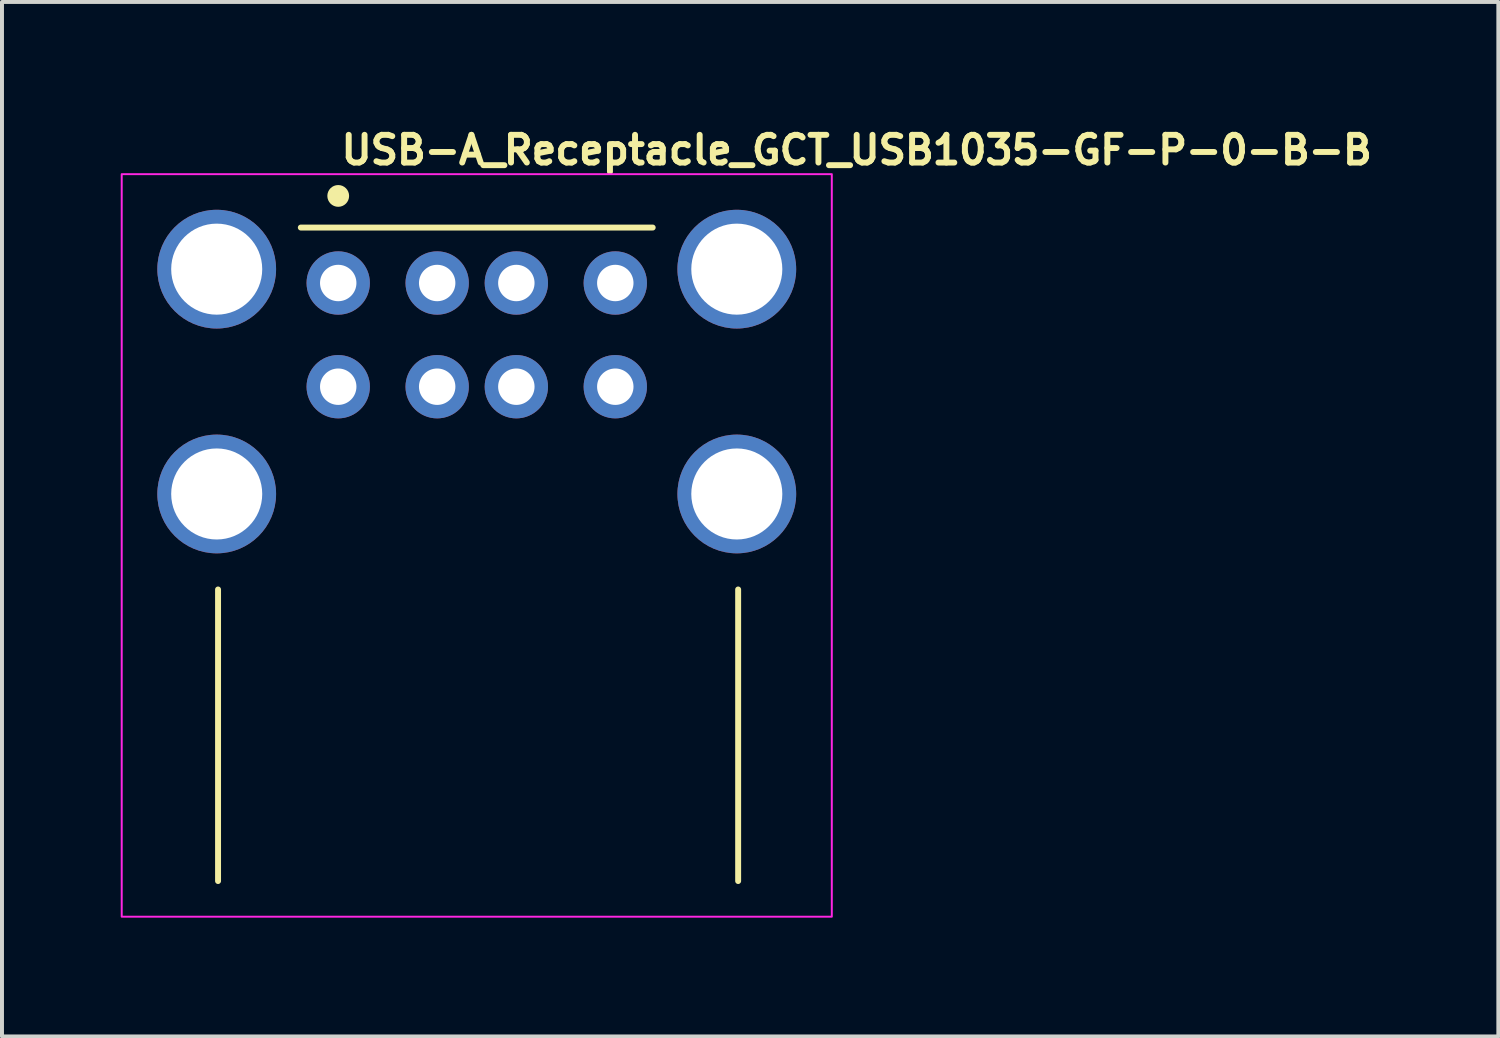
<source format=kicad_pcb>
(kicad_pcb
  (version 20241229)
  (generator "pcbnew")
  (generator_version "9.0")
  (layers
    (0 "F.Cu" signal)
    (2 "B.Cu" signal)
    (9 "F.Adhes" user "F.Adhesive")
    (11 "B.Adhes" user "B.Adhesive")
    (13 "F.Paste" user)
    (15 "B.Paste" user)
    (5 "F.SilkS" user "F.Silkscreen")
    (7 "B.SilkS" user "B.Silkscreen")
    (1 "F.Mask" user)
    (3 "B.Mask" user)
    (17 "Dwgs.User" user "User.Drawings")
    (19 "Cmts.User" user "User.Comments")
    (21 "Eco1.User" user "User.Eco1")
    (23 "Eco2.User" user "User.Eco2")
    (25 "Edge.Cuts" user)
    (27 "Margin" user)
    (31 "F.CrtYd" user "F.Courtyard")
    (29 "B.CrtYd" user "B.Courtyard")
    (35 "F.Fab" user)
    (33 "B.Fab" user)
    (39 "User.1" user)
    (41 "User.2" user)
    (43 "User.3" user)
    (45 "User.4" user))
  (footprint "USB-A_Receptacle_GCT_USB1035-GF-P-0-B-B"
    (layer "F.Cu")
    (at 5.495 4.1)
    (property "Reference" "USB-A_Receptacle_GCT_USB1035-GF-P-0-B-B" (at 0 -2.95 0) (layer "F.SilkS") (effects (font (size 0.7 0.7) (thickness 0.15)) (justify left bottom)))
    (attr through_hole)
    (fp_line (start -3.036 15.109) (end -3.036 7.743) (stroke (width 0.15) (type solid)) (layer "F.SilkS"))
    (fp_line (start -0.945 -1.401) (end 7.945 -1.401) (stroke (width 0.15) (type solid)) (layer "F.SilkS"))
    (fp_line (start 10.104 15.109) (end 10.104 7.743) (stroke (width 0.15) (type solid)) (layer "F.SilkS"))
    (fp_circle (center 0 -2.2) (end 0.2 -2.2) (stroke (width 0.15) (type solid)) (fill yes) (layer "F.SilkS"))
    (fp_rect (start -5.47 -2.75) (end 12.47 16.01) (stroke (width 0.05) (type solid)) (fill no) (layer "F.CrtYd"))
    (fp_rect (start -4.365 -1.39) (end 11.365 15.61) (stroke (width 0.1) (type solid)) (fill no) (layer "User.5"))
    (fp_line (start -4.365 -1.106) (end -4.365 0.416) (stroke (width 0.02) (type solid)) (layer "User.9"))
    (fp_line (start -4.365 0.416) (end -4.362 0.424) (stroke (width 0.02) (type solid)) (layer "User.9"))
    (fp_line (start -4.365 4.574) (end -4.365 6.096) (stroke (width 0.02) (type solid)) (layer "User.9"))
    (fp_line (start -4.365 6.096) (end -4.362 6.104) (stroke (width 0.02) (type solid)) (layer "User.9"))
    (fp_line (start -4.362 -1.114) (end -4.365 -1.106) (stroke (width 0.02) (type solid)) (layer "User.9"))
    (fp_line (start -4.362 0.424) (end -4.355 0.432) (stroke (width 0.02) (type solid)) (layer "User.9"))
    (fp_line (start -4.362 4.566) (end -4.365 4.574) (stroke (width 0.02) (type solid)) (layer "User.9"))
    (fp_line (start -4.362 6.104) (end -4.355 6.112) (stroke (width 0.02) (type solid)) (layer "User.9"))
    (fp_line (start -4.355 -1.122) (end -4.362 -1.114) (stroke (width 0.02) (type solid)) (layer "User.9"))
    (fp_line (start -4.355 0.432) (end -4.342 0.44) (stroke (width 0.02) (type solid)) (layer "User.9"))
    (fp_line (start -4.355 4.558) (end -4.362 4.566) (stroke (width 0.02) (type solid)) (layer "User.9"))
    (fp_line (start -4.355 6.112) (end -4.342 6.12) (stroke (width 0.02) (type solid)) (layer "User.9"))
    (fp_line (start -4.342 -1.13) (end -4.355 -1.122) (stroke (width 0.02) (type solid)) (layer "User.9"))
    (fp_line (start -4.342 0.44) (end -4.324 0.448) (stroke (width 0.02) (type solid)) (layer "User.9"))
    (fp_line (start -4.342 4.55) (end -4.355 4.558) (stroke (width 0.02) (type solid)) (layer "User.9"))
    (fp_line (start -4.342 6.12) (end -4.324 6.128) (stroke (width 0.02) (type solid)) (layer "User.9"))
    (fp_line (start -4.324 -1.138) (end -4.342 -1.13) (stroke (width 0.02) (type solid)) (layer "User.9"))
    (fp_line (start -4.324 0.448) (end -4.273 0.464) (stroke (width 0.02) (type solid)) (layer "User.9"))
    (fp_line (start -4.324 4.542) (end -4.342 4.55) (stroke (width 0.02) (type solid)) (layer "User.9"))
    (fp_line (start -4.324 6.128) (end -4.273 6.144) (stroke (width 0.02) (type solid)) (layer "User.9"))
    (fp_line (start -4.273 -1.154) (end -4.324 -1.138) (stroke (width 0.02) (type solid)) (layer "User.9"))
    (fp_line (start -4.273 0.464) (end -4.205 0.478) (stroke (width 0.02) (type solid)) (layer "User.9"))
    (fp_line (start -4.273 4.526) (end -4.324 4.542) (stroke (width 0.02) (type solid)) (layer "User.9"))
    (fp_line (start -4.273 6.144) (end -4.205 6.158) (stroke (width 0.02) (type solid)) (layer "User.9"))
    (fp_line (start -4.205 -1.168) (end -4.273 -1.154) (stroke (width 0.02) (type solid)) (layer "User.9"))
    (fp_line (start -4.205 -1.168) (end -4.205 0.478) (stroke (width 0.02) (type solid)) (layer "User.9"))
    (fp_line (start -4.205 0.478) (end -3.086 0.674) (stroke (width 0.02) (type solid)) (layer "User.9"))
    (fp_line (start -4.205 4.512) (end -4.273 4.526) (stroke (width 0.02) (type solid)) (layer "User.9"))
    (fp_line (start -4.205 4.512) (end -4.205 6.158) (stroke (width 0.02) (type solid)) (layer "User.9"))
    (fp_line (start -4.205 6.158) (end -3.086 6.354) (stroke (width 0.02) (type solid)) (layer "User.9"))
    (fp_line (start -4 15.31) (end -3.998 15.31) (stroke (width 0.02) (type solid)) (layer "User.9"))
    (fp_line (start -4 15.61) (end -4 15.31) (stroke (width 0.02) (type solid)) (layer "User.9"))
    (fp_line (start -3.998 15.31) (end -3.991 15.31) (stroke (width 0.02) (type solid)) (layer "User.9"))
    (fp_line (start -3.998 15.61) (end -4 15.61) (stroke (width 0.02) (type solid)) (layer "User.9"))
    (fp_line (start -3.991 15.31) (end -3.98 15.31) (stroke (width 0.02) (type solid)) (layer "User.9"))
    (fp_line (start -3.991 15.61) (end -3.998 15.61) (stroke (width 0.02) (type solid)) (layer "User.9"))
    (fp_line (start -3.98 15.31) (end -3.965 15.31) (stroke (width 0.02) (type solid)) (layer "User.9"))
    (fp_line (start -3.98 15.61) (end -3.991 15.61) (stroke (width 0.02) (type solid)) (layer "User.9"))
    (fp_line (start -3.965 15.31) (end -3.946 15.31) (stroke (width 0.02) (type solid)) (layer "User.9"))
    (fp_line (start -3.965 15.61) (end -3.98 15.61) (stroke (width 0.02) (type solid)) (layer "User.9"))
    (fp_line (start -3.946 15.31) (end -3.924 15.31) (stroke (width 0.02) (type solid)) (layer "User.9"))
    (fp_line (start -3.946 15.61) (end -3.965 15.61) (stroke (width 0.02) (type solid)) (layer "User.9"))
    (fp_line (start -3.924 15.31) (end -3.897 15.31) (stroke (width 0.02) (type solid)) (layer "User.9"))
    (fp_line (start -3.924 15.61) (end -3.946 15.61) (stroke (width 0.02) (type solid)) (layer "User.9"))
    (fp_line (start -3.897 15.31) (end -3.868 15.31) (stroke (width 0.02) (type solid)) (layer "User.9"))
    (fp_line (start -3.897 15.61) (end -3.924 15.61) (stroke (width 0.02) (type solid)) (layer "User.9"))
    (fp_line (start -3.868 15.31) (end -3.836 15.31) (stroke (width 0.02) (type solid)) (layer "User.9"))
    (fp_line (start -3.868 15.61) (end -3.897 15.61) (stroke (width 0.02) (type solid)) (layer "User.9"))
    (fp_line (start -3.836 15.31) (end -3.802 15.31) (stroke (width 0.02) (type solid)) (layer "User.9"))
    (fp_line (start -3.836 15.61) (end -3.868 15.61) (stroke (width 0.02) (type solid)) (layer "User.9"))
    (fp_line (start -3.802 15.31) (end -3.766 15.31) (stroke (width 0.02) (type solid)) (layer "User.9"))
    (fp_line (start -3.802 15.61) (end -3.836 15.61) (stroke (width 0.02) (type solid)) (layer "User.9"))
    (fp_line (start -3.766 15.31) (end -3.728 15.31) (stroke (width 0.02) (type solid)) (layer "User.9"))
    (fp_line (start -3.766 15.61) (end -3.802 15.61) (stroke (width 0.02) (type solid)) (layer "User.9"))
    (fp_line (start -3.728 15.31) (end -3.689 15.31) (stroke (width 0.02) (type solid)) (layer "User.9"))
    (fp_line (start -3.728 15.61) (end -3.766 15.61) (stroke (width 0.02) (type solid)) (layer "User.9"))
    (fp_line (start -3.689 15.31) (end -3.65 15.31) (stroke (width 0.02) (type solid)) (layer "User.9"))
    (fp_line (start -3.689 15.61) (end -3.728 15.61) (stroke (width 0.02) (type solid)) (layer "User.9"))
    (fp_line (start -3.65 15.31) (end -3.65 15.61) (stroke (width 0.02) (type solid)) (layer "User.9"))
    (fp_line (start -3.65 15.31) (end -3.25 15.31) (stroke (width 0.02) (type solid)) (layer "User.9"))
    (fp_line (start -3.65 15.61) (end -3.689 15.61) (stroke (width 0.02) (type solid)) (layer "User.9"))
    (fp_line (start -3.65 15.61) (end -3.25 15.61) (stroke (width 0.02) (type solid)) (layer "User.9"))
    (fp_line (start -3.354 -0.715) (end -3.354 -0.19) (stroke (width 0.02) (type solid)) (layer "User.9"))
    (fp_line (start -3.354 -0.19) (end -3.054 -0.19) (stroke (width 0.02) (type solid)) (layer "User.9"))
    (fp_line (start -3.351 -0.782) (end -3.354 -0.715) (stroke (width 0.02) (type solid)) (layer "User.9"))
    (fp_line (start -3.341 -0.848) (end -3.351 -0.782) (stroke (width 0.02) (type solid)) (layer "User.9"))
    (fp_line (start -3.325 -0.912) (end -3.341 -0.848) (stroke (width 0.02) (type solid)) (layer "User.9"))
    (fp_line (start -3.302 -0.975) (end -3.325 -0.912) (stroke (width 0.02) (type solid)) (layer "User.9"))
    (fp_line (start -3.273 -1.035) (end -3.302 -0.975) (stroke (width 0.02) (type solid)) (layer "User.9"))
    (fp_line (start -3.239 -1.093) (end -3.273 -1.035) (stroke (width 0.02) (type solid)) (layer "User.9"))
    (fp_line (start -3.211 15.306) (end -3.25 15.31) (stroke (width 0.02) (type solid)) (layer "User.9"))
    (fp_line (start -3.199 -1.146) (end -3.239 -1.093) (stroke (width 0.02) (type solid)) (layer "User.9"))
    (fp_line (start -3.19 15.606) (end -3.25 15.61) (stroke (width 0.02) (type solid)) (layer "User.9"))
    (fp_line (start -3.173 15.295) (end -3.211 15.306) (stroke (width 0.02) (type solid)) (layer "User.9"))
    (fp_line (start -3.154 -1.195) (end -3.199 -1.146) (stroke (width 0.02) (type solid)) (layer "User.9"))
    (fp_line (start -3.139 15.276) (end -3.173 15.295) (stroke (width 0.02) (type solid)) (layer "User.9"))
    (fp_line (start -3.13 15.595) (end -3.19 15.606) (stroke (width 0.02) (type solid)) (layer "User.9"))
    (fp_line (start -3.109 15.251) (end -3.139 15.276) (stroke (width 0.02) (type solid)) (layer "User.9"))
    (fp_line (start -3.104 -1.24) (end -3.154 -1.195) (stroke (width 0.02) (type solid)) (layer "User.9"))
    (fp_line (start -3.086 -1.364) (end -3.086 -1.253) (stroke (width 0.02) (type solid)) (layer "User.9"))
    (fp_line (start -3.086 -0.19) (end -3.086 0.674) (stroke (width 0.02) (type solid)) (layer "User.9"))
    (fp_line (start -3.086 0.674) (end -3.059 0.681) (stroke (width 0.02) (type solid)) (layer "User.9"))
    (fp_line (start -3.086 4.316) (end -3.086 6.354) (stroke (width 0.02) (type solid)) (layer "User.9"))
    (fp_line (start -3.086 6.354) (end -3.059 6.361) (stroke (width 0.02) (type solid)) (layer "User.9"))
    (fp_line (start -3.084 15.221) (end -3.109 15.251) (stroke (width 0.02) (type solid)) (layer "User.9"))
    (fp_line (start -3.073 15.578) (end -3.13 15.595) (stroke (width 0.02) (type solid)) (layer "User.9"))
    (fp_line (start -3.065 15.187) (end -3.084 15.221) (stroke (width 0.02) (type solid)) (layer "User.9"))
    (fp_line (start -3.059 -1.371) (end -3.086 -1.364) (stroke (width 0.02) (type solid)) (layer "User.9"))
    (fp_line (start -3.059 0.681) (end -3.052 0.685) (stroke (width 0.02) (type solid)) (layer "User.9"))
    (fp_line (start -3.059 4.309) (end -3.086 4.316) (stroke (width 0.02) (type solid)) (layer "User.9"))
    (fp_line (start -3.059 6.361) (end -3.052 6.365) (stroke (width 0.02) (type solid)) (layer "User.9"))
    (fp_line (start -3.055 -1.37) (end -4.205 -1.168) (stroke (width 0.02) (type solid)) (layer "User.9"))
    (fp_line (start -3.055 4.31) (end -4.205 4.512) (stroke (width 0.02) (type solid)) (layer "User.9"))
    (fp_line (start -3.054 -0.715) (end -3.054 -0.19) (stroke (width 0.02) (type solid)) (layer "User.9"))
    (fp_line (start -3.054 15.149) (end -3.065 15.187) (stroke (width 0.02) (type solid)) (layer "User.9"))
    (fp_line (start -3.053 -0.743) (end -3.054 -0.715) (stroke (width 0.02) (type solid)) (layer "User.9"))
    (fp_line (start -3.052 -1.375) (end -3.059 -1.371) (stroke (width 0.02) (type solid)) (layer "User.9"))
    (fp_line (start -3.052 0.685) (end -3.05 0.688) (stroke (width 0.02) (type solid)) (layer "User.9"))
    (fp_line (start -3.052 4.305) (end -3.059 4.309) (stroke (width 0.02) (type solid)) (layer "User.9"))
    (fp_line (start -3.052 6.365) (end -3.05 6.368) (stroke (width 0.02) (type solid)) (layer "User.9"))
    (fp_line (start -3.05 -1.39) (end -3.05 -0.99) (stroke (width 0.02) (type solid)) (layer "User.9"))
    (fp_line (start -3.05 -1.378) (end -3.055 -1.37) (stroke (width 0.02) (type solid)) (layer "User.9"))
    (fp_line (start -3.05 -1.279) (end -3.086 -1.253) (stroke (width 0.02) (type solid)) (layer "User.9"))
    (fp_line (start -3.05 -0.99) (end -3.047 -0.99) (stroke (width 0.02) (type solid)) (layer "User.9"))
    (fp_line (start -3.05 -0.772) (end -3.053 -0.743) (stroke (width 0.02) (type solid)) (layer "User.9"))
    (fp_line (start -3.05 -0.772) (end -3.05 15.11) (stroke (width 0.02) (type solid)) (layer "User.9"))
    (fp_line (start -3.05 0.688) (end -3.086 0.674) (stroke (width 0.02) (type solid)) (layer "User.9"))
    (fp_line (start -3.05 4.302) (end -3.055 4.31) (stroke (width 0.02) (type solid)) (layer "User.9"))
    (fp_line (start -3.05 6.368) (end -3.086 6.354) (stroke (width 0.02) (type solid)) (layer "User.9"))
    (fp_line (start -3.05 15.11) (end -3.054 15.149) (stroke (width 0.02) (type solid)) (layer "User.9"))
    (fp_line (start -3.05 15.11) (end -2.65 15.31) (stroke (width 0.02) (type solid)) (layer "User.9"))
    (fp_line (start -3.047 -0.99) (end -3.04 -0.99) (stroke (width 0.02) (type solid)) (layer "User.9"))
    (fp_line (start -3.047 15.11) (end -3.05 15.11) (stroke (width 0.02) (type solid)) (layer "User.9"))
    (fp_line (start -3.04 -0.99) (end -3.028 -0.99) (stroke (width 0.02) (type solid)) (layer "User.9"))
    (fp_line (start -3.04 15.11) (end -3.047 15.11) (stroke (width 0.02) (type solid)) (layer "User.9"))
    (fp_line (start -3.028 -0.99) (end -3.01 -0.99) (stroke (width 0.02) (type solid)) (layer "User.9"))
    (fp_line (start -3.028 15.11) (end -3.04 15.11) (stroke (width 0.02) (type solid)) (layer "User.9"))
    (fp_line (start -3.018 15.553) (end -3.073 15.578) (stroke (width 0.02) (type solid)) (layer "User.9"))
    (fp_line (start -3.01 -0.99) (end -2.989 -0.99) (stroke (width 0.02) (type solid)) (layer "User.9"))
    (fp_line (start -3.01 15.11) (end -3.028 15.11) (stroke (width 0.02) (type solid)) (layer "User.9"))
    (fp_line (start -2.989 -0.99) (end -2.963 -0.99) (stroke (width 0.02) (type solid)) (layer "User.9"))
    (fp_line (start -2.989 15.11) (end -3.01 15.11) (stroke (width 0.02) (type solid)) (layer "User.9"))
    (fp_line (start -2.966 15.521) (end -3.018 15.553) (stroke (width 0.02) (type solid)) (layer "User.9"))
    (fp_line (start -2.963 -0.99) (end -2.933 -0.99) (stroke (width 0.02) (type solid)) (layer "User.9"))
    (fp_line (start -2.963 15.11) (end -2.989 15.11) (stroke (width 0.02) (type solid)) (layer "User.9"))
    (fp_line (start -2.933 -0.99) (end -2.899 -0.99) (stroke (width 0.02) (type solid)) (layer "User.9"))
    (fp_line (start -2.933 15.11) (end -2.963 15.11) (stroke (width 0.02) (type solid)) (layer "User.9"))
    (fp_line (start -2.918 15.484) (end -2.966 15.521) (stroke (width 0.02) (type solid)) (layer "User.9"))
    (fp_line (start -2.899 -0.99) (end -2.863 -0.99) (stroke (width 0.02) (type solid)) (layer "User.9"))
    (fp_line (start -2.899 15.11) (end -2.933 15.11) (stroke (width 0.02) (type solid)) (layer "User.9"))
    (fp_line (start -2.876 15.442) (end -2.918 15.484) (stroke (width 0.02) (type solid)) (layer "User.9"))
    (fp_line (start -2.863 -0.99) (end -2.824 -0.99) (stroke (width 0.02) (type solid)) (layer "User.9"))
    (fp_line (start -2.863 15.11) (end -2.899 15.11) (stroke (width 0.02) (type solid)) (layer "User.9"))
    (fp_line (start -2.839 15.394) (end -2.876 15.442) (stroke (width 0.02) (type solid)) (layer "User.9"))
    (fp_line (start -2.824 -0.99) (end -2.782 -0.99) (stroke (width 0.02) (type solid)) (layer "User.9"))
    (fp_line (start -2.824 15.11) (end -2.863 15.11) (stroke (width 0.02) (type solid)) (layer "User.9"))
    (fp_line (start -2.807 15.342) (end -2.839 15.394) (stroke (width 0.02) (type solid)) (layer "User.9"))
    (fp_line (start -2.782 -0.99) (end -2.739 -0.99) (stroke (width 0.02) (type solid)) (layer "User.9"))
    (fp_line (start -2.782 15.11) (end -2.824 15.11) (stroke (width 0.02) (type solid)) (layer "User.9"))
    (fp_line (start -2.782 15.287) (end -2.807 15.342) (stroke (width 0.02) (type solid)) (layer "User.9"))
    (fp_line (start -2.765 15.23) (end -2.782 15.287) (stroke (width 0.02) (type solid)) (layer "User.9"))
    (fp_line (start -2.754 15.17) (end -2.765 15.23) (stroke (width 0.02) (type solid)) (layer "User.9"))
    (fp_line (start -2.75 -1.39) (end -3.05 -1.39) (stroke (width 0.02) (type solid)) (layer "User.9"))
    (fp_line (start -2.75 -1.39) (end -2.75 -0.99) (stroke (width 0.02) (type solid)) (layer "User.9"))
    (fp_line (start -2.75 -1.083) (end -2.75 -1.386) (stroke (width 0.02) (type solid)) (layer "User.9"))
    (fp_line (start -2.75 -0.99) (end -2.65 -0.99) (stroke (width 0.02) (type solid)) (layer "User.9"))
    (fp_line (start -2.75 15.11) (end -2.754 15.17) (stroke (width 0.02) (type solid)) (layer "User.9"))
    (fp_line (start -2.75 15.11) (end -2.75 15.157) (stroke (width 0.02) (type solid)) (layer "User.9"))
    (fp_line (start -2.75 15.157) (end -2.75 15.202) (stroke (width 0.02) (type solid)) (layer "User.9"))
    (fp_line (start -2.75 15.202) (end -2.75 15.244) (stroke (width 0.02) (type solid)) (layer "User.9"))
    (fp_line (start -2.75 15.244) (end -2.75 15.284) (stroke (width 0.02) (type solid)) (layer "User.9"))
    (fp_line (start -2.75 15.284) (end -2.75 15.321) (stroke (width 0.02) (type solid)) (layer "User.9"))
    (fp_line (start -2.75 15.321) (end -2.75 15.355) (stroke (width 0.02) (type solid)) (layer "User.9"))
    (fp_line (start -2.75 15.355) (end -2.75 15.386) (stroke (width 0.02) (type solid)) (layer "User.9"))
    (fp_line (start -2.75 15.386) (end -2.75 15.413) (stroke (width 0.02) (type solid)) (layer "User.9"))
    (fp_line (start -2.75 15.413) (end -2.75 15.436) (stroke (width 0.02) (type solid)) (layer "User.9"))
    (fp_line (start -2.75 15.436) (end -2.75 15.455) (stroke (width 0.02) (type solid)) (layer "User.9"))
    (fp_line (start -2.75 15.455) (end -2.75 15.47) (stroke (width 0.02) (type solid)) (layer "User.9"))
    (fp_line (start -2.75 15.47) (end -2.75 15.481) (stroke (width 0.02) (type solid)) (layer "User.9"))
    (fp_line (start -2.75 15.481) (end -2.75 15.488) (stroke (width 0.02) (type solid)) (layer "User.9"))
    (fp_line (start -2.75 15.488) (end -2.75 15.49) (stroke (width 0.02) (type solid)) (layer "User.9"))
    (fp_line (start -2.739 -0.99) (end -2.679 -0.99) (stroke (width 0.02) (type solid)) (layer "User.9"))
    (fp_line (start -2.739 15.11) (end -2.782 15.11) (stroke (width 0.02) (type solid)) (layer "User.9"))
    (fp_line (start -2.715 -1.088) (end -2.75 -1.083) (stroke (width 0.02) (type solid)) (layer "User.9"))
    (fp_line (start -2.695 15.11) (end -2.739 15.11) (stroke (width 0.02) (type solid)) (layer "User.9"))
    (fp_line (start -2.679 -1.39) (end -2.75 -1.386) (stroke (width 0.02) (type solid)) (layer "User.9"))
    (fp_line (start -2.679 -1.387) (end -2.679 -1.39) (stroke (width 0.02) (type solid)) (layer "User.9"))
    (fp_line (start -2.679 -1.38) (end -2.679 -1.387) (stroke (width 0.02) (type solid)) (layer "User.9"))
    (fp_line (start -2.679 -1.368) (end -2.679 -1.38) (stroke (width 0.02) (type solid)) (layer "User.9"))
    (fp_line (start -2.679 -1.35) (end -2.679 -1.368) (stroke (width 0.02) (type solid)) (layer "User.9"))
    (fp_line (start -2.679 -1.329) (end -2.679 -1.35) (stroke (width 0.02) (type solid)) (layer "User.9"))
    (fp_line (start -2.679 -1.303) (end -2.679 -1.329) (stroke (width 0.02) (type solid)) (layer "User.9"))
    (fp_line (start -2.679 -1.273) (end -2.679 -1.303) (stroke (width 0.02) (type solid)) (layer "User.9"))
    (fp_line (start -2.679 -1.239) (end -2.679 -1.273) (stroke (width 0.02) (type solid)) (layer "User.9"))
    (fp_line (start -2.679 -1.203) (end -2.679 -1.239) (stroke (width 0.02) (type solid)) (layer "User.9"))
    (fp_line (start -2.679 -1.164) (end -2.679 -1.203) (stroke (width 0.02) (type solid)) (layer "User.9"))
    (fp_line (start -2.679 -1.122) (end -2.679 -1.164) (stroke (width 0.02) (type solid)) (layer "User.9"))
    (fp_line (start -2.679 -1.079) (end -2.679 -1.122) (stroke (width 0.02) (type solid)) (layer "User.9"))
    (fp_line (start -2.679 -1.035) (end -2.679 -1.079) (stroke (width 0.02) (type solid)) (layer "User.9"))
    (fp_line (start -2.679 -0.99) (end -2.679 -1.035) (stroke (width 0.02) (type solid)) (layer "User.9"))
    (fp_line (start -2.65 -1.091) (end -2.715 -1.088) (stroke (width 0.02) (type solid)) (layer "User.9"))
    (fp_line (start -2.65 15.11) (end -2.695 15.11) (stroke (width 0.02) (type solid)) (layer "User.9"))
    (fp_line (start -2.65 15.11) (end -2.65 -1.091) (stroke (width 0.02) (type solid)) (layer "User.9"))
    (fp_line (start -2.65 15.132) (end -2.65 15.11) (stroke (width 0.02) (type solid)) (layer "User.9"))
    (fp_line (start -2.65 15.155) (end -2.65 15.132) (stroke (width 0.02) (type solid)) (layer "User.9"))
    (fp_line (start -2.65 15.176) (end -2.65 15.155) (stroke (width 0.02) (type solid)) (layer "User.9"))
    (fp_line (start -2.65 15.197) (end -2.65 15.176) (stroke (width 0.02) (type solid)) (layer "User.9"))
    (fp_line (start -2.65 15.216) (end -2.65 15.197) (stroke (width 0.02) (type solid)) (layer "User.9"))
    (fp_line (start -2.65 15.235) (end -2.65 15.216) (stroke (width 0.02) (type solid)) (layer "User.9"))
    (fp_line (start -2.65 15.251) (end -2.65 15.235) (stroke (width 0.02) (type solid)) (layer "User.9"))
    (fp_line (start -2.65 15.266) (end -2.65 15.251) (stroke (width 0.02) (type solid)) (layer "User.9"))
    (fp_line (start -2.65 15.279) (end -2.65 15.266) (stroke (width 0.02) (type solid)) (layer "User.9"))
    (fp_line (start -2.65 15.29) (end -2.65 15.279) (stroke (width 0.02) (type solid)) (layer "User.9"))
    (fp_line (start -2.65 15.299) (end -2.65 15.29) (stroke (width 0.02) (type solid)) (layer "User.9"))
    (fp_line (start -2.65 15.305) (end -2.65 15.299) (stroke (width 0.02) (type solid)) (layer "User.9"))
    (fp_line (start -2.65 15.309) (end -2.65 15.305) (stroke (width 0.02) (type solid)) (layer "User.9"))
    (fp_line (start -2.65 15.31) (end -2.65 15.309) (stroke (width 0.02) (type solid)) (layer "User.9"))
    (fp_line (start -2.65 15.31) (end -2.648 15.31) (stroke (width 0.02) (type solid)) (layer "User.9"))
    (fp_line (start -2.65 15.49) (end -2.75 15.49) (stroke (width 0.02) (type solid)) (layer "User.9"))
    (fp_line (start -2.65 15.49) (end -2.65 15.61) (stroke (width 0.02) (type solid)) (layer "User.9"))
    (fp_line (start -2.65 15.61) (end -2.65 15.31) (stroke (width 0.02) (type solid)) (layer "User.9"))
    (fp_line (start -2.65 15.61) (end -2.3 15.61) (stroke (width 0.02) (type solid)) (layer "User.9"))
    (fp_line (start -2.648 15.31) (end -2.641 15.31) (stroke (width 0.02) (type solid)) (layer "User.9"))
    (fp_line (start -2.648 15.61) (end -2.65 15.61) (stroke (width 0.02) (type solid)) (layer "User.9"))
    (fp_line (start -2.641 15.31) (end -2.63 15.31) (stroke (width 0.02) (type solid)) (layer "User.9"))
    (fp_line (start -2.641 15.61) (end -2.648 15.61) (stroke (width 0.02) (type solid)) (layer "User.9"))
    (fp_line (start -2.63 15.31) (end -2.615 15.31) (stroke (width 0.02) (type solid)) (layer "User.9"))
    (fp_line (start -2.63 15.61) (end -2.641 15.61) (stroke (width 0.02) (type solid)) (layer "User.9"))
    (fp_line (start -2.615 15.31) (end -2.596 15.31) (stroke (width 0.02) (type solid)) (layer "User.9"))
    (fp_line (start -2.615 15.61) (end -2.63 15.61) (stroke (width 0.02) (type solid)) (layer "User.9"))
    (fp_line (start -2.596 15.31) (end -2.574 15.31) (stroke (width 0.02) (type solid)) (layer "User.9"))
    (fp_line (start -2.596 15.61) (end -2.615 15.61) (stroke (width 0.02) (type solid)) (layer "User.9"))
    (fp_line (start -2.574 15.31) (end -2.547 15.31) (stroke (width 0.02) (type solid)) (layer "User.9"))
    (fp_line (start -2.574 15.61) (end -2.596 15.61) (stroke (width 0.02) (type solid)) (layer "User.9"))
    (fp_line (start -2.547 15.31) (end -2.518 15.31) (stroke (width 0.02) (type solid)) (layer "User.9"))
    (fp_line (start -2.547 15.61) (end -2.574 15.61) (stroke (width 0.02) (type solid)) (layer "User.9"))
    (fp_line (start -2.518 15.31) (end -2.486 15.31) (stroke (width 0.02) (type solid)) (layer "User.9"))
    (fp_line (start -2.518 15.61) (end -2.547 15.61) (stroke (width 0.02) (type solid)) (layer "User.9"))
    (fp_line (start -2.486 15.31) (end -2.452 15.31) (stroke (width 0.02) (type solid)) (layer "User.9"))
    (fp_line (start -2.486 15.61) (end -2.518 15.61) (stroke (width 0.02) (type solid)) (layer "User.9"))
    (fp_line (start -2.452 15.31) (end -2.416 15.31) (stroke (width 0.02) (type solid)) (layer "User.9"))
    (fp_line (start -2.452 15.61) (end -2.486 15.61) (stroke (width 0.02) (type solid)) (layer "User.9"))
    (fp_line (start -2.416 15.31) (end -2.378 15.31) (stroke (width 0.02) (type solid)) (layer "User.9"))
    (fp_line (start -2.416 15.61) (end -2.452 15.61) (stroke (width 0.02) (type solid)) (layer "User.9"))
    (fp_line (start -2.378 15.31) (end -2.339 15.31) (stroke (width 0.02) (type solid)) (layer "User.9"))
    (fp_line (start -2.378 15.61) (end -2.416 15.61) (stroke (width 0.02) (type solid)) (layer "User.9"))
    (fp_line (start -2.339 15.31) (end -2.3 15.31) (stroke (width 0.02) (type solid)) (layer "User.9"))
    (fp_line (start -2.339 15.61) (end -2.378 15.61) (stroke (width 0.02) (type solid)) (layer "User.9"))
    (fp_line (start -2.3 -0.99) (end -3.104 -1.24) (stroke (width 0.02) (type solid)) (layer "User.9"))
    (fp_line (start -2.3 15.31) (end -2.3 15.61) (stroke (width 0.02) (type solid)) (layer "User.9"))
    (fp_line (start -2.3 15.61) (end -2.339 15.61) (stroke (width 0.02) (type solid)) (layer "User.9"))
    (fp_line (start -2.2 -1.09) (end -2.3 -0.99) (stroke (width 0.02) (type solid)) (layer "User.9"))
    (fp_line (start -1.05 9.235) (end -1.046 9.191) (stroke (width 0.02) (type solid)) (layer "User.9"))
    (fp_line (start -1.05 9.335) (end -1.05 9.235) (stroke (width 0.02) (type solid)) (layer "User.9"))
    (fp_line (start -1.05 9.335) (end -0.438 14.559) (stroke (width 0.02) (type solid)) (layer "User.9"))
    (fp_line (start -1.046 9.191) (end -1.034 9.148) (stroke (width 0.02) (type solid)) (layer "User.9"))
    (fp_line (start -1.034 9.148) (end -1.015 9.108) (stroke (width 0.02) (type solid)) (layer "User.9"))
    (fp_line (start -1.015 9.108) (end -0.989 9.072) (stroke (width 0.02) (type solid)) (layer "User.9"))
    (fp_line (start -0.989 9.072) (end -0.957 9.041) (stroke (width 0.02) (type solid)) (layer "User.9"))
    (fp_line (start -0.957 9.041) (end -0.921 9.016) (stroke (width 0.02) (type solid)) (layer "User.9"))
    (fp_line (start -0.921 9.016) (end -0.88 8.998) (stroke (width 0.02) (type solid)) (layer "User.9"))
    (fp_line (start -0.88 8.998) (end -0.837 8.988) (stroke (width 0.02) (type solid)) (layer "User.9"))
    (fp_line (start -0.837 8.988) (end -0.792 8.985) (stroke (width 0.02) (type solid)) (layer "User.9"))
    (fp_line (start -0.792 8.985) (end -0.748 8.99) (stroke (width 0.02) (type solid)) (layer "User.9"))
    (fp_line (start -0.748 8.99) (end -0.706 9.003) (stroke (width 0.02) (type solid)) (layer "User.9"))
    (fp_line (start -0.706 9.003) (end -0.666 9.024) (stroke (width 0.02) (type solid)) (layer "User.9"))
    (fp_line (start -0.666 9.024) (end -0.631 9.051) (stroke (width 0.02) (type solid)) (layer "User.9"))
    (fp_line (start -0.631 9.051) (end -0.601 9.084) (stroke (width 0.02) (type solid)) (layer "User.9"))
    (fp_line (start -0.601 9.084) (end -0.577 9.121) (stroke (width 0.02) (type solid)) (layer "User.9"))
    (fp_line (start -0.577 9.121) (end -0.561 9.162) (stroke (width 0.02) (type solid)) (layer "User.9"))
    (fp_line (start -0.561 9.162) (end -0.552 9.206) (stroke (width 0.02) (type solid)) (layer "User.9"))
    (fp_line (start -0.537 9.335) (end -0.552 9.206) (stroke (width 0.02) (type solid)) (layer "User.9"))
    (fp_line (start -0.537 9.335) (end -0.525 9.436) (stroke (width 0.02) (type solid)) (layer "User.9"))
    (fp_line (start -0.525 9.436) (end -0.537 9.335) (stroke (width 0.02) (type solid)) (layer "User.9"))
    (fp_line (start -0.525 9.436) (end 1.525 9.436) (stroke (width 0.02) (type solid)) (layer "User.9"))
    (fp_line (start -0.43 14.599) (end -0.438 14.559) (stroke (width 0.02) (type solid)) (layer "User.9"))
    (fp_line (start -0.416 14.636) (end -0.43 14.599) (stroke (width 0.02) (type solid)) (layer "User.9"))
    (fp_line (start -0.396 14.671) (end -0.416 14.636) (stroke (width 0.02) (type solid)) (layer "User.9"))
    (fp_line (start -0.371 14.703) (end -0.396 14.671) (stroke (width 0.02) (type solid)) (layer "User.9"))
    (fp_line (start -0.341 14.73) (end -0.371 14.703) (stroke (width 0.02) (type solid)) (layer "User.9"))
    (fp_line (start -0.306 14.751) (end -0.341 14.73) (stroke (width 0.02) (type solid)) (layer "User.9"))
    (fp_line (start -0.269 14.767) (end -0.306 14.751) (stroke (width 0.02) (type solid)) (layer "User.9"))
    (fp_line (start -0.23 14.777) (end -0.269 14.767) (stroke (width 0.02) (type solid)) (layer "User.9"))
    (fp_line (start -0.211 12.116) (end -0.525 9.436) (stroke (width 0.02) (type solid)) (layer "User.9"))
    (fp_line (start -0.211 12.116) (end 1.211 12.116) (stroke (width 0.02) (type solid)) (layer "User.9"))
    (fp_line (start -0.203 12.187) (end -0.211 12.116) (stroke (width 0.02) (type solid)) (layer "User.9"))
    (fp_line (start -0.194 12.26) (end -0.203 12.187) (stroke (width 0.02) (type solid)) (layer "User.9"))
    (fp_line (start -0.19 14.78) (end -0.23 14.777) (stroke (width 0.02) (type solid)) (layer "User.9"))
    (fp_line (start -0.19 14.78) (end 1.19 14.78) (stroke (width 0.02) (type solid)) (layer "User.9"))
    (fp_line (start -0.177 12.408) (end -0.194 12.26) (stroke (width 0.02) (type solid)) (layer "User.9"))
    (fp_line (start -0.169 12.477) (end -0.177 12.408) (stroke (width 0.02) (type solid)) (layer "User.9"))
    (fp_line (start -0.161 12.539) (end -0.169 12.477) (stroke (width 0.02) (type solid)) (layer "User.9"))
    (fp_line (start -0.158 12.567) (end -0.161 12.539) (stroke (width 0.02) (type solid)) (layer "User.9"))
    (fp_line (start -0.155 12.593) (end -0.158 12.567) (stroke (width 0.02) (type solid)) (layer "User.9"))
    (fp_line (start -0.152 12.617) (end -0.155 12.593) (stroke (width 0.02) (type solid)) (layer "User.9"))
    (fp_line (start -0.15 12.638) (end -0.152 12.617) (stroke (width 0.02) (type solid)) (layer "User.9"))
    (fp_line (start -0.15 12.638) (end 1.15 12.638) (stroke (width 0.02) (type solid)) (layer "User.9"))
    (fp_line (start -0.119 12.904) (end -0.15 12.638) (stroke (width 0.02) (type solid)) (layer "User.9"))
    (fp_line (start -0.119 12.904) (end 1.119 12.904) (stroke (width 0.02) (type solid)) (layer "User.9"))
    (fp_line (start -0.09 13.15) (end -0.15 12.638) (stroke (width 0.02) (type solid)) (layer "User.9"))
    (fp_line (start -0.09 13.15) (end 1.09 13.15) (stroke (width 0.02) (type solid)) (layer "User.9"))
    (fp_line (start 1.15 12.638) (end 1.119 12.904) (stroke (width 0.02) (type solid)) (layer "User.9"))
    (fp_line (start 1.152 12.617) (end 1.15 12.638) (stroke (width 0.02) (type solid)) (layer "User.9"))
    (fp_line (start 1.155 12.593) (end 1.152 12.617) (stroke (width 0.02) (type solid)) (layer "User.9"))
    (fp_line (start 1.158 12.567) (end 1.155 12.593) (stroke (width 0.02) (type solid)) (layer "User.9"))
    (fp_line (start 1.161 12.539) (end 1.158 12.567) (stroke (width 0.02) (type solid)) (layer "User.9"))
    (fp_line (start 1.169 12.477) (end 1.161 12.539) (stroke (width 0.02) (type solid)) (layer "User.9"))
    (fp_line (start 1.177 12.408) (end 1.169 12.477) (stroke (width 0.02) (type solid)) (layer "User.9"))
    (fp_line (start 1.194 12.26) (end 1.177 12.408) (stroke (width 0.02) (type solid)) (layer "User.9"))
    (fp_line (start 1.203 12.187) (end 1.194 12.26) (stroke (width 0.02) (type solid)) (layer "User.9"))
    (fp_line (start 1.211 12.116) (end 1.09 13.15) (stroke (width 0.02) (type solid)) (layer "User.9"))
    (fp_line (start 1.211 12.116) (end 1.15 12.638) (stroke (width 0.02) (type solid)) (layer "User.9"))
    (fp_line (start 1.211 12.116) (end 1.203 12.187) (stroke (width 0.02) (type solid)) (layer "User.9"))
    (fp_line (start 1.23 14.777) (end 1.19 14.78) (stroke (width 0.02) (type solid)) (layer "User.9"))
    (fp_line (start 1.269 14.767) (end 1.23 14.777) (stroke (width 0.02) (type solid)) (layer "User.9"))
    (fp_line (start 1.306 14.751) (end 1.269 14.767) (stroke (width 0.02) (type solid)) (layer "User.9"))
    (fp_line (start 1.341 14.73) (end 1.306 14.751) (stroke (width 0.02) (type solid)) (layer "User.9"))
    (fp_line (start 1.371 14.703) (end 1.341 14.73) (stroke (width 0.02) (type solid)) (layer "User.9"))
    (fp_line (start 1.396 14.671) (end 1.371 14.703) (stroke (width 0.02) (type solid)) (layer "User.9"))
    (fp_line (start 1.416 14.636) (end 1.396 14.671) (stroke (width 0.02) (type solid)) (layer "User.9"))
    (fp_line (start 1.43 14.599) (end 1.416 14.636) (stroke (width 0.02) (type solid)) (layer "User.9"))
    (fp_line (start 1.438 14.559) (end 1.43 14.599) (stroke (width 0.02) (type solid)) (layer "User.9"))
    (fp_line (start 1.438 14.559) (end 2.05 9.335) (stroke (width 0.02) (type solid)) (layer "User.9"))
    (fp_line (start 1.491 9.335) (end -0.537 9.335) (stroke (width 0.02) (type solid)) (layer "User.9"))
    (fp_line (start 1.491 9.335) (end 1.577 9.121) (stroke (width 0.02) (type solid)) (layer "User.9"))
    (fp_line (start 1.525 9.436) (end 1.211 12.116) (stroke (width 0.02) (type solid)) (layer "User.9"))
    (fp_line (start 1.537 9.335) (end 1.525 9.436) (stroke (width 0.02) (type solid)) (layer "User.9"))
    (fp_line (start 1.552 9.206) (end 1.537 9.335) (stroke (width 0.02) (type solid)) (layer "User.9"))
    (fp_line (start 1.552 9.206) (end 1.561 9.162) (stroke (width 0.02) (type solid)) (layer "User.9"))
    (fp_line (start 1.577 9.121) (end 1.601 9.084) (stroke (width 0.02) (type solid)) (layer "User.9"))
    (fp_line (start 1.601 9.084) (end 1.631 9.051) (stroke (width 0.02) (type solid)) (layer "User.9"))
    (fp_line (start 1.631 9.051) (end 1.666 9.024) (stroke (width 0.02) (type solid)) (layer "User.9"))
    (fp_line (start 1.666 9.024) (end 1.706 9.003) (stroke (width 0.02) (type solid)) (layer "User.9"))
    (fp_line (start 1.706 9.003) (end 1.748 8.99) (stroke (width 0.02) (type solid)) (layer "User.9"))
    (fp_line (start 1.748 8.99) (end 1.792 8.985) (stroke (width 0.02) (type solid)) (layer "User.9"))
    (fp_line (start 1.792 8.985) (end 1.837 8.988) (stroke (width 0.02) (type solid)) (layer "User.9"))
    (fp_line (start 1.837 8.988) (end 1.88 8.998) (stroke (width 0.02) (type solid)) (layer "User.9"))
    (fp_line (start 1.88 8.998) (end 1.921 9.016) (stroke (width 0.02) (type solid)) (layer "User.9"))
    (fp_line (start 1.921 9.016) (end 1.957 9.041) (stroke (width 0.02) (type solid)) (layer "User.9"))
    (fp_line (start 1.957 9.041) (end 1.989 9.072) (stroke (width 0.02) (type solid)) (layer "User.9"))
    (fp_line (start 1.989 9.072) (end 2.015 9.108) (stroke (width 0.02) (type solid)) (layer "User.9"))
    (fp_line (start 2.015 9.108) (end 2.034 9.148) (stroke (width 0.02) (type solid)) (layer "User.9"))
    (fp_line (start 2.034 9.148) (end 2.046 9.191) (stroke (width 0.02) (type solid)) (layer "User.9"))
    (fp_line (start 2.046 9.191) (end 2.05 9.235) (stroke (width 0.02) (type solid)) (layer "User.9"))
    (fp_line (start 2.05 9.335) (end 2.05 9.235) (stroke (width 0.02) (type solid)) (layer "User.9"))
    (fp_line (start 4.95 9.335) (end 4.95 9.235) (stroke (width 0.02) (type solid)) (layer "User.9"))
    (fp_line (start 4.954 9.191) (end 4.95 9.235) (stroke (width 0.02) (type solid)) (layer "User.9"))
    (fp_line (start 4.966 9.148) (end 4.954 9.191) (stroke (width 0.02) (type solid)) (layer "User.9"))
    (fp_line (start 4.985 9.108) (end 4.966 9.148) (stroke (width 0.02) (type solid)) (layer "User.9"))
    (fp_line (start 5.011 9.072) (end 4.985 9.108) (stroke (width 0.02) (type solid)) (layer "User.9"))
    (fp_line (start 5.043 9.041) (end 5.011 9.072) (stroke (width 0.02) (type solid)) (layer "User.9"))
    (fp_line (start 5.079 9.016) (end 5.043 9.041) (stroke (width 0.02) (type solid)) (layer "User.9"))
    (fp_line (start 5.12 8.998) (end 5.079 9.016) (stroke (width 0.02) (type solid)) (layer "User.9"))
    (fp_line (start 5.163 8.988) (end 5.12 8.998) (stroke (width 0.02) (type solid)) (layer "User.9"))
    (fp_line (start 5.208 8.985) (end 5.163 8.988) (stroke (width 0.02) (type solid)) (layer "User.9"))
    (fp_line (start 5.252 8.99) (end 5.208 8.985) (stroke (width 0.02) (type solid)) (layer "User.9"))
    (fp_line (start 5.294 9.003) (end 5.252 8.99) (stroke (width 0.02) (type solid)) (layer "User.9"))
    (fp_line (start 5.334 9.024) (end 5.294 9.003) (stroke (width 0.02) (type solid)) (layer "User.9"))
    (fp_line (start 5.369 9.051) (end 5.334 9.024) (stroke (width 0.02) (type solid)) (layer "User.9"))
    (fp_line (start 5.399 9.084) (end 5.369 9.051) (stroke (width 0.02) (type solid)) (layer "User.9"))
    (fp_line (start 5.423 9.121) (end 5.399 9.084) (stroke (width 0.02) (type solid)) (layer "User.9"))
    (fp_line (start 5.439 9.162) (end 5.423 9.121) (stroke (width 0.02) (type solid)) (layer "User.9"))
    (fp_line (start 5.448 9.206) (end 5.439 9.162) (stroke (width 0.02) (type solid)) (layer "User.9"))
    (fp_line (start 5.448 9.206) (end 5.463 9.335) (stroke (width 0.02) (type solid)) (layer "User.9"))
    (fp_line (start 5.463 9.335) (end 5.475 9.436) (stroke (width 0.02) (type solid)) (layer "User.9"))
    (fp_line (start 5.463 9.335) (end 5.475 9.436) (stroke (width 0.02) (type solid)) (layer "User.9"))
    (fp_line (start 5.463 9.335) (end 7.537 9.335) (stroke (width 0.02) (type solid)) (layer "User.9"))
    (fp_line (start 5.475 9.436) (end 5.789 12.116) (stroke (width 0.02) (type solid)) (layer "User.9"))
    (fp_line (start 5.562 14.559) (end 4.95 9.335) (stroke (width 0.02) (type solid)) (layer "User.9"))
    (fp_line (start 5.562 14.559) (end 5.57 14.599) (stroke (width 0.02) (type solid)) (layer "User.9"))
    (fp_line (start 5.57 14.599) (end 5.584 14.636) (stroke (width 0.02) (type solid)) (layer "User.9"))
    (fp_line (start 5.584 14.636) (end 5.604 14.671) (stroke (width 0.02) (type solid)) (layer "User.9"))
    (fp_line (start 5.604 14.671) (end 5.629 14.703) (stroke (width 0.02) (type solid)) (layer "User.9"))
    (fp_line (start 5.629 14.703) (end 5.659 14.73) (stroke (width 0.02) (type solid)) (layer "User.9"))
    (fp_line (start 5.659 14.73) (end 5.694 14.751) (stroke (width 0.02) (type solid)) (layer "User.9"))
    (fp_line (start 5.694 14.751) (end 5.731 14.767) (stroke (width 0.02) (type solid)) (layer "User.9"))
    (fp_line (start 5.731 14.767) (end 5.77 14.777) (stroke (width 0.02) (type solid)) (layer "User.9"))
    (fp_line (start 5.77 14.777) (end 5.81 14.78) (stroke (width 0.02) (type solid)) (layer "User.9"))
    (fp_line (start 5.789 12.116) (end 5.797 12.187) (stroke (width 0.02) (type solid)) (layer "User.9"))
    (fp_line (start 5.797 12.187) (end 5.806 12.26) (stroke (width 0.02) (type solid)) (layer "User.9"))
    (fp_line (start 5.806 12.26) (end 5.823 12.408) (stroke (width 0.02) (type solid)) (layer "User.9"))
    (fp_line (start 5.823 12.408) (end 5.831 12.477) (stroke (width 0.02) (type solid)) (layer "User.9"))
    (fp_line (start 5.831 12.477) (end 5.839 12.539) (stroke (width 0.02) (type solid)) (layer "User.9"))
    (fp_line (start 5.839 12.539) (end 5.842 12.567) (stroke (width 0.02) (type solid)) (layer "User.9"))
    (fp_line (start 5.842 12.567) (end 5.845 12.593) (stroke (width 0.02) (type solid)) (layer "User.9"))
    (fp_line (start 5.845 12.593) (end 5.848 12.617) (stroke (width 0.02) (type solid)) (layer "User.9"))
    (fp_line (start 5.848 12.617) (end 5.85 12.638) (stroke (width 0.02) (type solid)) (layer "User.9"))
    (fp_line (start 5.85 12.638) (end 5.789 12.116) (stroke (width 0.02) (type solid)) (layer "User.9"))
    (fp_line (start 5.85 12.638) (end 5.881 12.904) (stroke (width 0.02) (type solid)) (layer "User.9"))
    (fp_line (start 5.881 12.904) (end 5.91 13.15) (stroke (width 0.02) (type solid)) (layer "User.9"))
    (fp_line (start 7.09 13.15) (end 5.91 13.15) (stroke (width 0.02) (type solid)) (layer "User.9"))
    (fp_line (start 7.09 13.15) (end 7.15 12.638) (stroke (width 0.02) (type solid)) (layer "User.9"))
    (fp_line (start 7.119 12.904) (end 5.881 12.904) (stroke (width 0.02) (type solid)) (layer "User.9"))
    (fp_line (start 7.119 12.904) (end 7.15 12.638) (stroke (width 0.02) (type solid)) (layer "User.9"))
    (fp_line (start 7.15 12.638) (end 5.85 12.638) (stroke (width 0.02) (type solid)) (layer "User.9"))
    (fp_line (start 7.15 12.638) (end 7.152 12.617) (stroke (width 0.02) (type solid)) (layer "User.9"))
    (fp_line (start 7.152 12.617) (end 7.155 12.593) (stroke (width 0.02) (type solid)) (layer "User.9"))
    (fp_line (start 7.155 12.593) (end 7.158 12.567) (stroke (width 0.02) (type solid)) (layer "User.9"))
    (fp_line (start 7.158 12.567) (end 7.161 12.539) (stroke (width 0.02) (type solid)) (layer "User.9"))
    (fp_line (start 7.161 12.539) (end 7.169 12.477) (stroke (width 0.02) (type solid)) (layer "User.9"))
    (fp_line (start 7.169 12.477) (end 7.177 12.408) (stroke (width 0.02) (type solid)) (layer "User.9"))
    (fp_line (start 7.177 12.408) (end 7.194 12.26) (stroke (width 0.02) (type solid)) (layer "User.9"))
    (fp_line (start 7.19 14.78) (end 5.81 14.78) (stroke (width 0.02) (type solid)) (layer "User.9"))
    (fp_line (start 7.19 14.78) (end 7.23 14.777) (stroke (width 0.02) (type solid)) (layer "User.9"))
    (fp_line (start 7.194 12.26) (end 7.203 12.187) (stroke (width 0.02) (type solid)) (layer "User.9"))
    (fp_line (start 7.203 12.187) (end 7.211 12.116) (stroke (width 0.02) (type solid)) (layer "User.9"))
    (fp_line (start 7.211 12.116) (end 5.789 12.116) (stroke (width 0.02) (type solid)) (layer "User.9"))
    (fp_line (start 7.211 12.116) (end 7.525 9.436) (stroke (width 0.02) (type solid)) (layer "User.9"))
    (fp_line (start 7.23 14.777) (end 7.269 14.767) (stroke (width 0.02) (type solid)) (layer "User.9"))
    (fp_line (start 7.269 14.767) (end 7.306 14.751) (stroke (width 0.02) (type solid)) (layer "User.9"))
    (fp_line (start 7.306 14.751) (end 7.341 14.73) (stroke (width 0.02) (type solid)) (layer "User.9"))
    (fp_line (start 7.341 14.73) (end 7.371 14.703) (stroke (width 0.02) (type solid)) (layer "User.9"))
    (fp_line (start 7.371 14.703) (end 7.396 14.671) (stroke (width 0.02) (type solid)) (layer "User.9"))
    (fp_line (start 7.396 14.671) (end 7.416 14.636) (stroke (width 0.02) (type solid)) (layer "User.9"))
    (fp_line (start 7.416 14.636) (end 7.43 14.599) (stroke (width 0.02) (type solid)) (layer "User.9"))
    (fp_line (start 7.43 14.599) (end 7.438 14.559) (stroke (width 0.02) (type solid)) (layer "User.9"))
    (fp_line (start 7.525 9.436) (end 5.475 9.436) (stroke (width 0.02) (type solid)) (layer "User.9"))
    (fp_line (start 7.525 9.436) (end 7.537 9.335) (stroke (width 0.02) (type solid)) (layer "User.9"))
    (fp_line (start 7.525 9.436) (end 7.537 9.335) (stroke (width 0.02) (type solid)) (layer "User.9"))
    (fp_line (start 7.537 9.335) (end 7.552 9.206) (stroke (width 0.02) (type solid)) (layer "User.9"))
    (fp_line (start 7.561 9.162) (end 7.552 9.206) (stroke (width 0.02) (type solid)) (layer "User.9"))
    (fp_line (start 7.577 9.121) (end 7.561 9.162) (stroke (width 0.02) (type solid)) (layer "User.9"))
    (fp_line (start 7.601 9.084) (end 7.577 9.121) (stroke (width 0.02) (type solid)) (layer "User.9"))
    (fp_line (start 7.631 9.051) (end 7.601 9.084) (stroke (width 0.02) (type solid)) (layer "User.9"))
    (fp_line (start 7.666 9.024) (end 7.631 9.051) (stroke (width 0.02) (type solid)) (layer "User.9"))
    (fp_line (start 7.706 9.003) (end 7.666 9.024) (stroke (width 0.02) (type solid)) (layer "User.9"))
    (fp_line (start 7.748 8.99) (end 7.706 9.003) (stroke (width 0.02) (type solid)) (layer "User.9"))
    (fp_line (start 7.792 8.985) (end 7.748 8.99) (stroke (width 0.02) (type solid)) (layer "User.9"))
    (fp_line (start 7.837 8.988) (end 7.792 8.985) (stroke (width 0.02) (type solid)) (layer "User.9"))
    (fp_line (start 7.88 8.998) (end 7.837 8.988) (stroke (width 0.02) (type solid)) (layer "User.9"))
    (fp_line (start 7.921 9.016) (end 7.88 8.998) (stroke (width 0.02) (type solid)) (layer "User.9"))
    (fp_line (start 7.957 9.041) (end 7.921 9.016) (stroke (width 0.02) (type solid)) (layer "User.9"))
    (fp_line (start 7.989 9.072) (end 7.957 9.041) (stroke (width 0.02) (type solid)) (layer "User.9"))
    (fp_line (start 8.015 9.108) (end 7.989 9.072) (stroke (width 0.02) (type solid)) (layer "User.9"))
    (fp_line (start 8.034 9.148) (end 8.015 9.108) (stroke (width 0.02) (type solid)) (layer "User.9"))
    (fp_line (start 8.046 9.191) (end 8.034 9.148) (stroke (width 0.02) (type solid)) (layer "User.9"))
    (fp_line (start 8.05 9.235) (end 8.046 9.191) (stroke (width 0.02) (type solid)) (layer "User.9"))
    (fp_line (start 8.05 9.335) (end 7.438 14.559) (stroke (width 0.02) (type solid)) (layer "User.9"))
    (fp_line (start 8.05 9.335) (end 8.05 9.235) (stroke (width 0.02) (type solid)) (layer "User.9"))
    (fp_line (start 9.2 -1.09) (end -2.2 -1.09) (stroke (width 0.02) (type solid)) (layer "User.9"))
    (fp_line (start 9.3 -0.99) (end 9.2 -1.09) (stroke (width 0.02) (type solid)) (layer "User.9"))
    (fp_line (start 9.3 15.11) (end -2.65 15.11) (stroke (width 0.02) (type solid)) (layer "User.9"))
    (fp_line (start 9.3 15.31) (end -2.3 15.31) (stroke (width 0.02) (type solid)) (layer "User.9"))
    (fp_line (start 9.3 15.31) (end 9.339 15.31) (stroke (width 0.02) (type solid)) (layer "User.9"))
    (fp_line (start 9.3 15.49) (end 9.3 15.11) (stroke (width 0.02) (type solid)) (layer "User.9"))
    (fp_line (start 9.3 15.61) (end -2.3 15.61) (stroke (width 0.02) (type solid)) (layer "User.9"))
    (fp_line (start 9.339 15.31) (end 9.378 15.31) (stroke (width 0.02) (type solid)) (layer "User.9"))
    (fp_line (start 9.339 15.61) (end 9.3 15.61) (stroke (width 0.02) (type solid)) (layer "User.9"))
    (fp_line (start 9.378 15.31) (end 9.416 15.31) (stroke (width 0.02) (type solid)) (layer "User.9"))
    (fp_line (start 9.378 15.61) (end 9.339 15.61) (stroke (width 0.02) (type solid)) (layer "User.9"))
    (fp_line (start 9.416 15.31) (end 9.452 15.31) (stroke (width 0.02) (type solid)) (layer "User.9"))
    (fp_line (start 9.416 15.61) (end 9.378 15.61) (stroke (width 0.02) (type solid)) (layer "User.9"))
    (fp_line (start 9.452 15.31) (end 9.486 15.31) (stroke (width 0.02) (type solid)) (layer "User.9"))
    (fp_line (start 9.452 15.61) (end 9.416 15.61) (stroke (width 0.02) (type solid)) (layer "User.9"))
    (fp_line (start 9.486 15.31) (end 9.518 15.31) (stroke (width 0.02) (type solid)) (layer "User.9"))
    (fp_line (start 9.486 15.61) (end 9.452 15.61) (stroke (width 0.02) (type solid)) (layer "User.9"))
    (fp_line (start 9.518 15.31) (end 9.547 15.31) (stroke (width 0.02) (type solid)) (layer "User.9"))
    (fp_line (start 9.518 15.61) (end 9.486 15.61) (stroke (width 0.02) (type solid)) (layer "User.9"))
    (fp_line (start 9.547 15.31) (end 9.574 15.31) (stroke (width 0.02) (type solid)) (layer "User.9"))
    (fp_line (start 9.547 15.61) (end 9.518 15.61) (stroke (width 0.02) (type solid)) (layer "User.9"))
    (fp_line (start 9.574 15.31) (end 9.596 15.31) (stroke (width 0.02) (type solid)) (layer "User.9"))
    (fp_line (start 9.574 15.61) (end 9.547 15.61) (stroke (width 0.02) (type solid)) (layer "User.9"))
    (fp_line (start 9.596 15.31) (end 9.615 15.31) (stroke (width 0.02) (type solid)) (layer "User.9"))
    (fp_line (start 9.596 15.61) (end 9.574 15.61) (stroke (width 0.02) (type solid)) (layer "User.9"))
    (fp_line (start 9.615 15.31) (end 9.63 15.31) (stroke (width 0.02) (type solid)) (layer "User.9"))
    (fp_line (start 9.615 15.61) (end 9.596 15.61) (stroke (width 0.02) (type solid)) (layer "User.9"))
    (fp_line (start 9.63 15.31) (end 9.641 15.31) (stroke (width 0.02) (type solid)) (layer "User.9"))
    (fp_line (start 9.63 15.61) (end 9.615 15.61) (stroke (width 0.02) (type solid)) (layer "User.9"))
    (fp_line (start 9.641 15.31) (end 9.648 15.31) (stroke (width 0.02) (type solid)) (layer "User.9"))
    (fp_line (start 9.641 15.61) (end 9.63 15.61) (stroke (width 0.02) (type solid)) (layer "User.9"))
    (fp_line (start 9.648 15.31) (end 9.65 15.31) (stroke (width 0.02) (type solid)) (layer "User.9"))
    (fp_line (start 9.648 15.61) (end 9.641 15.61) (stroke (width 0.02) (type solid)) (layer "User.9"))
    (fp_line (start 9.65 -0.99) (end -2.65 -0.99) (stroke (width 0.02) (type solid)) (layer "User.9"))
    (fp_line (start 9.65 15.11) (end 9.65 -0.99) (stroke (width 0.02) (type solid)) (layer "User.9"))
    (fp_line (start 9.65 15.11) (end 9.695 15.11) (stroke (width 0.02) (type solid)) (layer "User.9"))
    (fp_line (start 9.65 15.132) (end 9.65 15.11) (stroke (width 0.02) (type solid)) (layer "User.9"))
    (fp_line (start 9.65 15.155) (end 9.65 15.132) (stroke (width 0.02) (type solid)) (layer "User.9"))
    (fp_line (start 9.65 15.176) (end 9.65 15.155) (stroke (width 0.02) (type solid)) (layer "User.9"))
    (fp_line (start 9.65 15.197) (end 9.65 15.176) (stroke (width 0.02) (type solid)) (layer "User.9"))
    (fp_line (start 9.65 15.216) (end 9.65 15.197) (stroke (width 0.02) (type solid)) (layer "User.9"))
    (fp_line (start 9.65 15.235) (end 9.65 15.216) (stroke (width 0.02) (type solid)) (layer "User.9"))
    (fp_line (start 9.65 15.251) (end 9.65 15.235) (stroke (width 0.02) (type solid)) (layer "User.9"))
    (fp_line (start 9.65 15.266) (end 9.65 15.251) (stroke (width 0.02) (type solid)) (layer "User.9"))
    (fp_line (start 9.65 15.279) (end 9.65 15.266) (stroke (width 0.02) (type solid)) (layer "User.9"))
    (fp_line (start 9.65 15.29) (end 9.65 15.279) (stroke (width 0.02) (type solid)) (layer "User.9"))
    (fp_line (start 9.65 15.299) (end 9.65 15.29) (stroke (width 0.02) (type solid)) (layer "User.9"))
    (fp_line (start 9.65 15.305) (end 9.65 15.299) (stroke (width 0.02) (type solid)) (layer "User.9"))
    (fp_line (start 9.65 15.309) (end 9.65 15.305) (stroke (width 0.02) (type solid)) (layer "User.9"))
    (fp_line (start 9.65 15.31) (end 9.65 15.309) (stroke (width 0.02) (type solid)) (layer "User.9"))
    (fp_line (start 9.65 15.31) (end 9.65 15.61) (stroke (width 0.02) (type solid)) (layer "User.9"))
    (fp_line (start 9.65 15.31) (end 9.75 15.321) (stroke (width 0.02) (type solid)) (layer "User.9"))
    (fp_line (start 9.65 15.61) (end 9.648 15.61) (stroke (width 0.02) (type solid)) (layer "User.9"))
    (fp_line (start 9.679 -1.39) (end -2.679 -1.39) (stroke (width 0.02) (type solid)) (layer "User.9"))
    (fp_line (start 9.679 -1.39) (end 9.679 -1.387) (stroke (width 0.02) (type solid)) (layer "User.9"))
    (fp_line (start 9.679 -1.387) (end 9.679 -1.38) (stroke (width 0.02) (type solid)) (layer "User.9"))
    (fp_line (start 9.679 -1.38) (end 9.679 -1.368) (stroke (width 0.02) (type solid)) (layer "User.9"))
    (fp_line (start 9.679 -1.368) (end 9.679 -1.35) (stroke (width 0.02) (type solid)) (layer "User.9"))
    (fp_line (start 9.679 -1.35) (end 9.679 -1.329) (stroke (width 0.02) (type solid)) (layer "User.9"))
    (fp_line (start 9.679 -1.329) (end 9.679 -1.303) (stroke (width 0.02) (type solid)) (layer "User.9"))
    (fp_line (start 9.679 -1.303) (end 9.679 -1.273) (stroke (width 0.02) (type solid)) (layer "User.9"))
    (fp_line (start 9.679 -1.273) (end 9.679 -1.239) (stroke (width 0.02) (type solid)) (layer "User.9"))
    (fp_line (start 9.679 -1.239) (end 9.679 -1.203) (stroke (width 0.02) (type solid)) (layer "User.9"))
    (fp_line (start 9.679 -1.203) (end 9.679 -1.164) (stroke (width 0.02) (type solid)) (layer "User.9"))
    (fp_line (start 9.679 -1.164) (end 9.679 -1.122) (stroke (width 0.02) (type solid)) (layer "User.9"))
    (fp_line (start 9.679 -1.122) (end 9.679 -1.079) (stroke (width 0.02) (type solid)) (layer "User.9"))
    (fp_line (start 9.679 -1.09) (end 9.75 -1.39) (stroke (width 0.02) (type solid)) (layer "User.9"))
    (fp_line (start 9.679 -1.079) (end 9.679 -1.035) (stroke (width 0.02) (type solid)) (layer "User.9"))
    (fp_line (start 9.679 -1.035) (end 9.679 -0.99) (stroke (width 0.02) (type solid)) (layer "User.9"))
    (fp_line (start 9.679 -0.99) (end 9.65 -0.99) (stroke (width 0.02) (type solid)) (layer "User.9"))
    (fp_line (start 9.695 -0.99) (end 9.65 -0.99) (stroke (width 0.02) (type solid)) (layer "User.9"))
    (fp_line (start 9.695 15.11) (end 9.739 15.11) (stroke (width 0.02) (type solid)) (layer "User.9"))
    (fp_line (start 9.715 -1.088) (end 9.679 -1.09) (stroke (width 0.02) (type solid)) (layer "User.9"))
    (fp_line (start 9.739 -0.99) (end 9.695 -0.99) (stroke (width 0.02) (type solid)) (layer "User.9"))
    (fp_line (start 9.739 15.11) (end 9.782 15.11) (stroke (width 0.02) (type solid)) (layer "User.9"))
    (fp_line (start 9.75 -1.39) (end 10.05 -1.39) (stroke (width 0.02) (type solid)) (layer "User.9"))
    (fp_line (start 9.75 -1.386) (end 9.679 -1.39) (stroke (width 0.02) (type solid)) (layer "User.9"))
    (fp_line (start 9.75 -1.386) (end 9.75 -1.083) (stroke (width 0.02) (type solid)) (layer "User.9"))
    (fp_line (start 9.75 -1.083) (end 9.715 -1.088) (stroke (width 0.02) (type solid)) (layer "User.9"))
    (fp_line (start 9.75 15.11) (end 9.75 15.157) (stroke (width 0.02) (type solid)) (layer "User.9"))
    (fp_line (start 9.75 15.11) (end 9.754 15.17) (stroke (width 0.02) (type solid)) (layer "User.9"))
    (fp_line (start 9.75 15.157) (end 9.75 15.202) (stroke (width 0.02) (type solid)) (layer "User.9"))
    (fp_line (start 9.75 15.202) (end 9.75 15.244) (stroke (width 0.02) (type solid)) (layer "User.9"))
    (fp_line (start 9.75 15.244) (end 9.75 15.284) (stroke (width 0.02) (type solid)) (layer "User.9"))
    (fp_line (start 9.75 15.284) (end 9.75 15.321) (stroke (width 0.02) (type solid)) (layer "User.9"))
    (fp_line (start 9.75 15.321) (end 9.75 15.355) (stroke (width 0.02) (type solid)) (layer "User.9"))
    (fp_line (start 9.75 15.355) (end 9.75 15.386) (stroke (width 0.02) (type solid)) (layer "User.9"))
    (fp_line (start 9.75 15.386) (end 9.75 15.413) (stroke (width 0.02) (type solid)) (layer "User.9"))
    (fp_line (start 9.75 15.413) (end 9.75 15.436) (stroke (width 0.02) (type solid)) (layer "User.9"))
    (fp_line (start 9.75 15.436) (end 9.75 15.455) (stroke (width 0.02) (type solid)) (layer "User.9"))
    (fp_line (start 9.75 15.455) (end 9.75 15.47) (stroke (width 0.02) (type solid)) (layer "User.9"))
    (fp_line (start 9.75 15.47) (end 9.75 15.481) (stroke (width 0.02) (type solid)) (layer "User.9"))
    (fp_line (start 9.75 15.481) (end 9.75 15.488) (stroke (width 0.02) (type solid)) (layer "User.9"))
    (fp_line (start 9.75 15.488) (end 9.75 15.49) (stroke (width 0.02) (type solid)) (layer "User.9"))
    (fp_line (start 9.75 15.49) (end 9.3 15.49) (stroke (width 0.02) (type solid)) (layer "User.9"))
    (fp_line (start 9.754 15.17) (end 9.765 15.23) (stroke (width 0.02) (type solid)) (layer "User.9"))
    (fp_line (start 9.765 15.23) (end 9.782 15.287) (stroke (width 0.02) (type solid)) (layer "User.9"))
    (fp_line (start 9.782 -0.99) (end 9.739 -0.99) (stroke (width 0.02) (type solid)) (layer "User.9"))
    (fp_line (start 9.782 15.11) (end 9.824 15.11) (stroke (width 0.02) (type solid)) (layer "User.9"))
    (fp_line (start 9.782 15.287) (end 9.807 15.342) (stroke (width 0.02) (type solid)) (layer "User.9"))
    (fp_line (start 9.807 15.342) (end 9.839 15.394) (stroke (width 0.02) (type solid)) (layer "User.9"))
    (fp_line (start 9.824 -0.99) (end 9.782 -0.99) (stroke (width 0.02) (type solid)) (layer "User.9"))
    (fp_line (start 9.824 15.11) (end 9.863 15.11) (stroke (width 0.02) (type solid)) (layer "User.9"))
    (fp_line (start 9.839 15.394) (end 9.876 15.442) (stroke (width 0.02) (type solid)) (layer "User.9"))
    (fp_line (start 9.863 -0.99) (end 9.824 -0.99) (stroke (width 0.02) (type solid)) (layer "User.9"))
    (fp_line (start 9.863 15.11) (end 9.899 15.11) (stroke (width 0.02) (type solid)) (layer "User.9"))
    (fp_line (start 9.876 15.442) (end 9.918 15.484) (stroke (width 0.02) (type solid)) (layer "User.9"))
    (fp_line (start 9.899 -0.99) (end 9.863 -0.99) (stroke (width 0.02) (type solid)) (layer "User.9"))
    (fp_line (start 9.899 15.11) (end 9.933 15.11) (stroke (width 0.02) (type solid)) (layer "User.9"))
    (fp_line (start 9.918 15.484) (end 9.966 15.521) (stroke (width 0.02) (type solid)) (layer "User.9"))
    (fp_line (start 9.933 -0.99) (end 9.899 -0.99) (stroke (width 0.02) (type solid)) (layer "User.9"))
    (fp_line (start 9.933 15.11) (end 9.963 15.11) (stroke (width 0.02) (type solid)) (layer "User.9"))
    (fp_line (start 9.963 -0.99) (end 9.933 -0.99) (stroke (width 0.02) (type solid)) (layer "User.9"))
    (fp_line (start 9.963 15.11) (end 9.989 15.11) (stroke (width 0.02) (type solid)) (layer "User.9"))
    (fp_line (start 9.966 15.521) (end 10.018 15.553) (stroke (width 0.02) (type solid)) (layer "User.9"))
    (fp_line (start 9.989 -0.99) (end 9.963 -0.99) (stroke (width 0.02) (type solid)) (layer "User.9"))
    (fp_line (start 9.989 15.11) (end 10.01 15.11) (stroke (width 0.02) (type solid)) (layer "User.9"))
    (fp_line (start 10.01 -0.99) (end 9.989 -0.99) (stroke (width 0.02) (type solid)) (layer "User.9"))
    (fp_line (start 10.01 15.11) (end 10.028 15.11) (stroke (width 0.02) (type solid)) (layer "User.9"))
    (fp_line (start 10.018 15.553) (end 10.073 15.578) (stroke (width 0.02) (type solid)) (layer "User.9"))
    (fp_line (start 10.028 -0.99) (end 10.01 -0.99) (stroke (width 0.02) (type solid)) (layer "User.9"))
    (fp_line (start 10.028 15.11) (end 10.04 15.11) (stroke (width 0.02) (type solid)) (layer "User.9"))
    (fp_line (start 10.04 -0.99) (end 10.028 -0.99) (stroke (width 0.02) (type solid)) (layer "User.9"))
    (fp_line (start 10.04 15.11) (end 10.047 15.11) (stroke (width 0.02) (type solid)) (layer "User.9"))
    (fp_line (start 10.047 -0.99) (end 10.04 -0.99) (stroke (width 0.02) (type solid)) (layer "User.9"))
    (fp_line (start 10.047 15.11) (end 10.05 15.11) (stroke (width 0.02) (type solid)) (layer "User.9"))
    (fp_line (start 10.05 -1.39) (end 10.05 -0.99) (stroke (width 0.02) (type solid)) (layer "User.9"))
    (fp_line (start 10.05 -1.378) (end 10.055 -1.37) (stroke (width 0.02) (type solid)) (layer "User.9"))
    (fp_line (start 10.05 -0.99) (end 10.047 -0.99) (stroke (width 0.02) (type solid)) (layer "User.9"))
    (fp_line (start 10.05 -0.99) (end 10.05 15.11) (stroke (width 0.02) (type solid)) (layer "User.9"))
    (fp_line (start 10.05 -0.99) (end 10.239 -1.093) (stroke (width 0.02) (type solid)) (layer "User.9"))
    (fp_line (start 10.05 -0.772) (end 10.239 -1.093) (stroke (width 0.02) (type solid)) (layer "User.9"))
    (fp_line (start 10.05 0.688) (end 10.086 0.674) (stroke (width 0.02) (type solid)) (layer "User.9"))
    (fp_line (start 10.05 4.302) (end 10.052 4.305) (stroke (width 0.02) (type solid)) (layer "User.9"))
    (fp_line (start 10.05 6.368) (end 10.086 6.354) (stroke (width 0.02) (type solid)) (layer "User.9"))
    (fp_line (start 10.05 15.11) (end 9.75 15.321) (stroke (width 0.02) (type solid)) (layer "User.9"))
    (fp_line (start 10.05 15.11) (end 10.054 15.149) (stroke (width 0.02) (type solid)) (layer "User.9"))
    (fp_line (start 10.052 -1.375) (end 10.059 -1.371) (stroke (width 0.02) (type solid)) (layer "User.9"))
    (fp_line (start 10.052 0.685) (end 10.05 0.688) (stroke (width 0.02) (type solid)) (layer "User.9"))
    (fp_line (start 10.052 4.305) (end 10.059 4.309) (stroke (width 0.02) (type solid)) (layer "User.9"))
    (fp_line (start 10.052 6.365) (end 10.05 6.368) (stroke (width 0.02) (type solid)) (layer "User.9"))
    (fp_line (start 10.053 -0.743) (end 10.05 -0.772) (stroke (width 0.02) (type solid)) (layer "User.9"))
    (fp_line (start 10.054 -0.715) (end 10.053 -0.743) (stroke (width 0.02) (type solid)) (layer "User.9"))
    (fp_line (start 10.054 -0.19) (end 10.054 -0.715) (stroke (width 0.02) (type solid)) (layer "User.9"))
    (fp_line (start 10.054 15.149) (end 10.065 15.187) (stroke (width 0.02) (type solid)) (layer "User.9"))
    (fp_line (start 10.055 -1.37) (end 11.205 -1.168) (stroke (width 0.02) (type solid)) (layer "User.9"))
    (fp_line (start 10.059 -1.371) (end 10.086 -1.364) (stroke (width 0.02) (type solid)) (layer "User.9"))
    (fp_line (start 10.059 0.681) (end 10.052 0.685) (stroke (width 0.02) (type solid)) (layer "User.9"))
    (fp_line (start 10.059 4.309) (end 10.086 4.316) (stroke (width 0.02) (type solid)) (layer "User.9"))
    (fp_line (start 10.059 6.361) (end 10.052 6.365) (stroke (width 0.02) (type solid)) (layer "User.9"))
    (fp_line (start 10.065 15.187) (end 10.084 15.221) (stroke (width 0.02) (type solid)) (layer "User.9"))
    (fp_line (start 10.073 15.578) (end 10.13 15.595) (stroke (width 0.02) (type solid)) (layer "User.9"))
    (fp_line (start 10.084 15.221) (end 10.109 15.251) (stroke (width 0.02) (type solid)) (layer "User.9"))
    (fp_line (start 10.086 -1.364) (end 10.086 -1.253) (stroke (width 0.02) (type solid)) (layer "User.9"))
    (fp_line (start 10.086 -1.253) (end 10.05 -1.279) (stroke (width 0.02) (type solid)) (layer "User.9"))
    (fp_line (start 10.086 -0.19) (end 10.086 0.674) (stroke (width 0.02) (type solid)) (layer "User.9"))
    (fp_line (start 10.086 0.674) (end 10.059 0.681) (stroke (width 0.02) (type solid)) (layer "User.9"))
    (fp_line (start 10.086 4.316) (end 10.052 4.305) (stroke (width 0.02) (type solid)) (layer "User.9"))
    (fp_line (start 10.086 4.316) (end 10.086 6.354) (stroke (width 0.02) (type solid)) (layer "User.9"))
    (fp_line (start 10.086 4.316) (end 11.205 4.512) (stroke (width 0.02) (type solid)) (layer "User.9"))
    (fp_line (start 10.086 6.354) (end 10.059 6.361) (stroke (width 0.02) (type solid)) (layer "User.9"))
    (fp_line (start 10.109 15.251) (end 10.139 15.276) (stroke (width 0.02) (type solid)) (layer "User.9"))
    (fp_line (start 10.13 15.595) (end 10.19 15.606) (stroke (width 0.02) (type solid)) (layer "User.9"))
    (fp_line (start 10.139 15.276) (end 10.173 15.295) (stroke (width 0.02) (type solid)) (layer "User.9"))
    (fp_line (start 10.154 -1.195) (end 10.104 -1.24) (stroke (width 0.02) (type solid)) (layer "User.9"))
    (fp_line (start 10.173 15.295) (end 10.211 15.306) (stroke (width 0.02) (type solid)) (layer "User.9"))
    (fp_line (start 10.19 15.606) (end 10.25 15.61) (stroke (width 0.02) (type solid)) (layer "User.9"))
    (fp_line (start 10.199 -1.146) (end 10.154 -1.195) (stroke (width 0.02) (type solid)) (layer "User.9"))
    (fp_line (start 10.211 15.306) (end 10.25 15.31) (stroke (width 0.02) (type solid)) (layer "User.9"))
    (fp_line (start 10.239 -1.093) (end 10.199 -1.146) (stroke (width 0.02) (type solid)) (layer "User.9"))
    (fp_line (start 10.273 -1.035) (end 10.239 -1.093) (stroke (width 0.02) (type solid)) (layer "User.9"))
    (fp_line (start 10.302 -0.975) (end 10.273 -1.035) (stroke (width 0.02) (type solid)) (layer "User.9"))
    (fp_line (start 10.325 -0.912) (end 10.302 -0.975) (stroke (width 0.02) (type solid)) (layer "User.9"))
    (fp_line (start 10.341 -0.848) (end 10.325 -0.912) (stroke (width 0.02) (type solid)) (layer "User.9"))
    (fp_line (start 10.351 -0.782) (end 10.341 -0.848) (stroke (width 0.02) (type solid)) (layer "User.9"))
    (fp_line (start 10.354 -0.715) (end 10.351 -0.782) (stroke (width 0.02) (type solid)) (layer "User.9"))
    (fp_line (start 10.354 -0.19) (end 10.054 -0.19) (stroke (width 0.02) (type solid)) (layer "User.9"))
    (fp_line (start 10.354 -0.19) (end 10.354 -0.715) (stroke (width 0.02) (type solid)) (layer "User.9"))
    (fp_line (start 10.65 15.31) (end 10.25 15.31) (stroke (width 0.02) (type solid)) (layer "User.9"))
    (fp_line (start 10.65 15.31) (end 10.689 15.31) (stroke (width 0.02) (type solid)) (layer "User.9"))
    (fp_line (start 10.65 15.61) (end 10.25 15.61) (stroke (width 0.02) (type solid)) (layer "User.9"))
    (fp_line (start 10.65 15.61) (end 10.65 15.31) (stroke (width 0.02) (type solid)) (layer "User.9"))
    (fp_line (start 10.689 15.31) (end 10.728 15.31) (stroke (width 0.02) (type solid)) (layer "User.9"))
    (fp_line (start 10.689 15.61) (end 10.65 15.61) (stroke (width 0.02) (type solid)) (layer "User.9"))
    (fp_line (start 10.728 15.31) (end 10.766 15.31) (stroke (width 0.02) (type solid)) (layer "User.9"))
    (fp_line (start 10.728 15.61) (end 10.689 15.61) (stroke (width 0.02) (type solid)) (layer "User.9"))
    (fp_line (start 10.766 15.31) (end 10.802 15.31) (stroke (width 0.02) (type solid)) (layer "User.9"))
    (fp_line (start 10.766 15.61) (end 10.728 15.61) (stroke (width 0.02) (type solid)) (layer "User.9"))
    (fp_line (start 10.802 15.31) (end 10.836 15.31) (stroke (width 0.02) (type solid)) (layer "User.9"))
    (fp_line (start 10.802 15.61) (end 10.766 15.61) (stroke (width 0.02) (type solid)) (layer "User.9"))
    (fp_line (start 10.836 15.31) (end 10.868 15.31) (stroke (width 0.02) (type solid)) (layer "User.9"))
    (fp_line (start 10.836 15.61) (end 10.802 15.61) (stroke (width 0.02) (type solid)) (layer "User.9"))
    (fp_line (start 10.868 15.31) (end 10.897 15.31) (stroke (width 0.02) (type solid)) (layer "User.9"))
    (fp_line (start 10.868 15.61) (end 10.836 15.61) (stroke (width 0.02) (type solid)) (layer "User.9"))
    (fp_line (start 10.897 15.31) (end 10.924 15.31) (stroke (width 0.02) (type solid)) (layer "User.9"))
    (fp_line (start 10.897 15.61) (end 10.868 15.61) (stroke (width 0.02) (type solid)) (layer "User.9"))
    (fp_line (start 10.924 15.31) (end 10.946 15.31) (stroke (width 0.02) (type solid)) (layer "User.9"))
    (fp_line (start 10.924 15.61) (end 10.897 15.61) (stroke (width 0.02) (type solid)) (layer "User.9"))
    (fp_line (start 10.946 15.31) (end 10.965 15.31) (stroke (width 0.02) (type solid)) (layer "User.9"))
    (fp_line (start 10.946 15.61) (end 10.924 15.61) (stroke (width 0.02) (type solid)) (layer "User.9"))
    (fp_line (start 10.965 15.31) (end 10.98 15.31) (stroke (width 0.02) (type solid)) (layer "User.9"))
    (fp_line (start 10.965 15.61) (end 10.946 15.61) (stroke (width 0.02) (type solid)) (layer "User.9"))
    (fp_line (start 10.98 15.31) (end 10.991 15.31) (stroke (width 0.02) (type solid)) (layer "User.9"))
    (fp_line (start 10.98 15.61) (end 10.965 15.61) (stroke (width 0.02) (type solid)) (layer "User.9"))
    (fp_line (start 10.991 15.31) (end 10.998 15.31) (stroke (width 0.02) (type solid)) (layer "User.9"))
    (fp_line (start 10.991 15.61) (end 10.98 15.61) (stroke (width 0.02) (type solid)) (layer "User.9"))
    (fp_line (start 10.998 15.31) (end 11 15.31) (stroke (width 0.02) (type solid)) (layer "User.9"))
    (fp_line (start 10.998 15.61) (end 10.991 15.61) (stroke (width 0.02) (type solid)) (layer "User.9"))
    (fp_line (start 11 15.31) (end 11 15.61) (stroke (width 0.02) (type solid)) (layer "User.9"))
    (fp_line (start 11 15.61) (end 10.998 15.61) (stroke (width 0.02) (type solid)) (layer "User.9"))
    (fp_line (start 11.205 -1.168) (end 11.205 0.478) (stroke (width 0.02) (type solid)) (layer "User.9"))
    (fp_line (start 11.205 -1.168) (end 11.273 -1.154) (stroke (width 0.02) (type solid)) (layer "User.9"))
    (fp_line (start 11.205 0.478) (end 10.086 0.674) (stroke (width 0.02) (type solid)) (layer "User.9"))
    (fp_line (start 11.205 4.512) (end 11.205 6.158) (stroke (width 0.02) (type solid)) (layer "User.9"))
    (fp_line (start 11.205 4.512) (end 11.273 4.526) (stroke (width 0.02) (type solid)) (layer "User.9"))
    (fp_line (start 11.205 6.158) (end 10.086 6.354) (stroke (width 0.02) (type solid)) (layer "User.9"))
    (fp_line (start 11.273 -1.154) (end 11.324 -1.138) (stroke (width 0.02) (type solid)) (layer "User.9"))
    (fp_line (start 11.273 0.464) (end 11.205 0.478) (stroke (width 0.02) (type solid)) (layer "User.9"))
    (fp_line (start 11.273 4.526) (end 11.324 4.542) (stroke (width 0.02) (type solid)) (layer "User.9"))
    (fp_line (start 11.273 6.144) (end 11.205 6.158) (stroke (width 0.02) (type solid)) (layer "User.9"))
    (fp_line (start 11.324 -1.138) (end 11.342 -1.13) (stroke (width 0.02) (type solid)) (layer "User.9"))
    (fp_line (start 11.324 0.448) (end 11.273 0.464) (stroke (width 0.02) (type solid)) (layer "User.9"))
    (fp_line (start 11.324 4.542) (end 11.342 4.55) (stroke (width 0.02) (type solid)) (layer "User.9"))
    (fp_line (start 11.324 6.128) (end 11.273 6.144) (stroke (width 0.02) (type solid)) (layer "User.9"))
    (fp_line (start 11.342 -1.13) (end 11.355 -1.122) (stroke (width 0.02) (type solid)) (layer "User.9"))
    (fp_line (start 11.342 0.44) (end 11.324 0.448) (stroke (width 0.02) (type solid)) (layer "User.9"))
    (fp_line (start 11.342 4.55) (end 11.355 4.558) (stroke (width 0.02) (type solid)) (layer "User.9"))
    (fp_line (start 11.342 6.12) (end 11.324 6.128) (stroke (width 0.02) (type solid)) (layer "User.9"))
    (fp_line (start 11.355 -1.122) (end 11.362 -1.114) (stroke (width 0.02) (type solid)) (layer "User.9"))
    (fp_line (start 11.355 0.432) (end 11.342 0.44) (stroke (width 0.02) (type solid)) (layer "User.9"))
    (fp_line (start 11.355 4.558) (end 11.362 4.566) (stroke (width 0.02) (type solid)) (layer "User.9"))
    (fp_line (start 11.355 6.112) (end 11.342 6.12) (stroke (width 0.02) (type solid)) (layer "User.9"))
    (fp_line (start 11.362 -1.114) (end 11.365 -1.106) (stroke (width 0.02) (type solid)) (layer "User.9"))
    (fp_line (start 11.362 0.424) (end 11.355 0.432) (stroke (width 0.02) (type solid)) (layer "User.9"))
    (fp_line (start 11.362 4.566) (end 11.365 4.574) (stroke (width 0.02) (type solid)) (layer "User.9"))
    (fp_line (start 11.362 6.104) (end 11.355 6.112) (stroke (width 0.02) (type solid)) (layer "User.9"))
    (fp_line (start 11.365 -1.106) (end 11.365 0.416) (stroke (width 0.02) (type solid)) (layer "User.9"))
    (fp_line (start 11.365 0.416) (end 11.362 0.424) (stroke (width 0.02) (type solid)) (layer "User.9"))
    (fp_line (start 11.365 4.574) (end 11.365 6.096) (stroke (width 0.02) (type solid)) (layer "User.9"))
    (fp_line (start 11.365 6.096) (end 11.362 6.104) (stroke (width 0.02) (type solid)) (layer "User.9"))
    (pad "1A" thru_hole circle (at 0 0) (size 1.6 1.6) (drill 0.92) (layers "*.Cu" "*.Mask"))
    (pad "1B" thru_hole circle (at 0 2.62) (size 1.6 1.6) (drill 0.92) (layers "*.Cu" "*.Mask"))
    (pad "2A" thru_hole circle (at 2.5 0) (size 1.6 1.6) (drill 0.92) (layers "*.Cu" "*.Mask"))
    (pad "2B" thru_hole circle (at 2.5 2.62) (size 1.6 1.6) (drill 0.92) (layers "*.Cu" "*.Mask"))
    (pad "3A" thru_hole circle (at 4.5 0) (size 1.6 1.6) (drill 0.92) (layers "*.Cu" "*.Mask"))
    (pad "3B" thru_hole circle (at 4.5 2.62) (size 1.6 1.6) (drill 0.92) (layers "*.Cu" "*.Mask"))
    (pad "4A" thru_hole circle (at 7 0) (size 1.6 1.6) (drill 0.92) (layers "*.Cu" "*.Mask"))
    (pad "4B" thru_hole circle (at 7 2.62) (size 1.6 1.6) (drill 0.92) (layers "*.Cu" "*.Mask"))
    (pad "9" thru_hole circle (at -3.07 5.33) (size 3 3) (drill 2.3) (layers "*.Cu" "*.Mask"))
    (pad "10" thru_hole circle (at 10.07 5.33) (size 3 3) (drill 2.3) (layers "*.Cu" "*.Mask"))
    (pad "11" thru_hole circle (at -3.07 -0.35) (size 3 3) (drill 2.3) (layers "*.Cu" "*.Mask"))
    (pad "12" thru_hole circle (at 10.07 -0.35) (size 3 3) (drill 2.3) (layers "*.Cu" "*.Mask")))
  (gr_rect
    (start -3 -3)
    (end 34.805 23.135)
    (stroke (width 0.1) (type default))
    (fill no)
    (layer "Edge.Cuts")))
</source>
